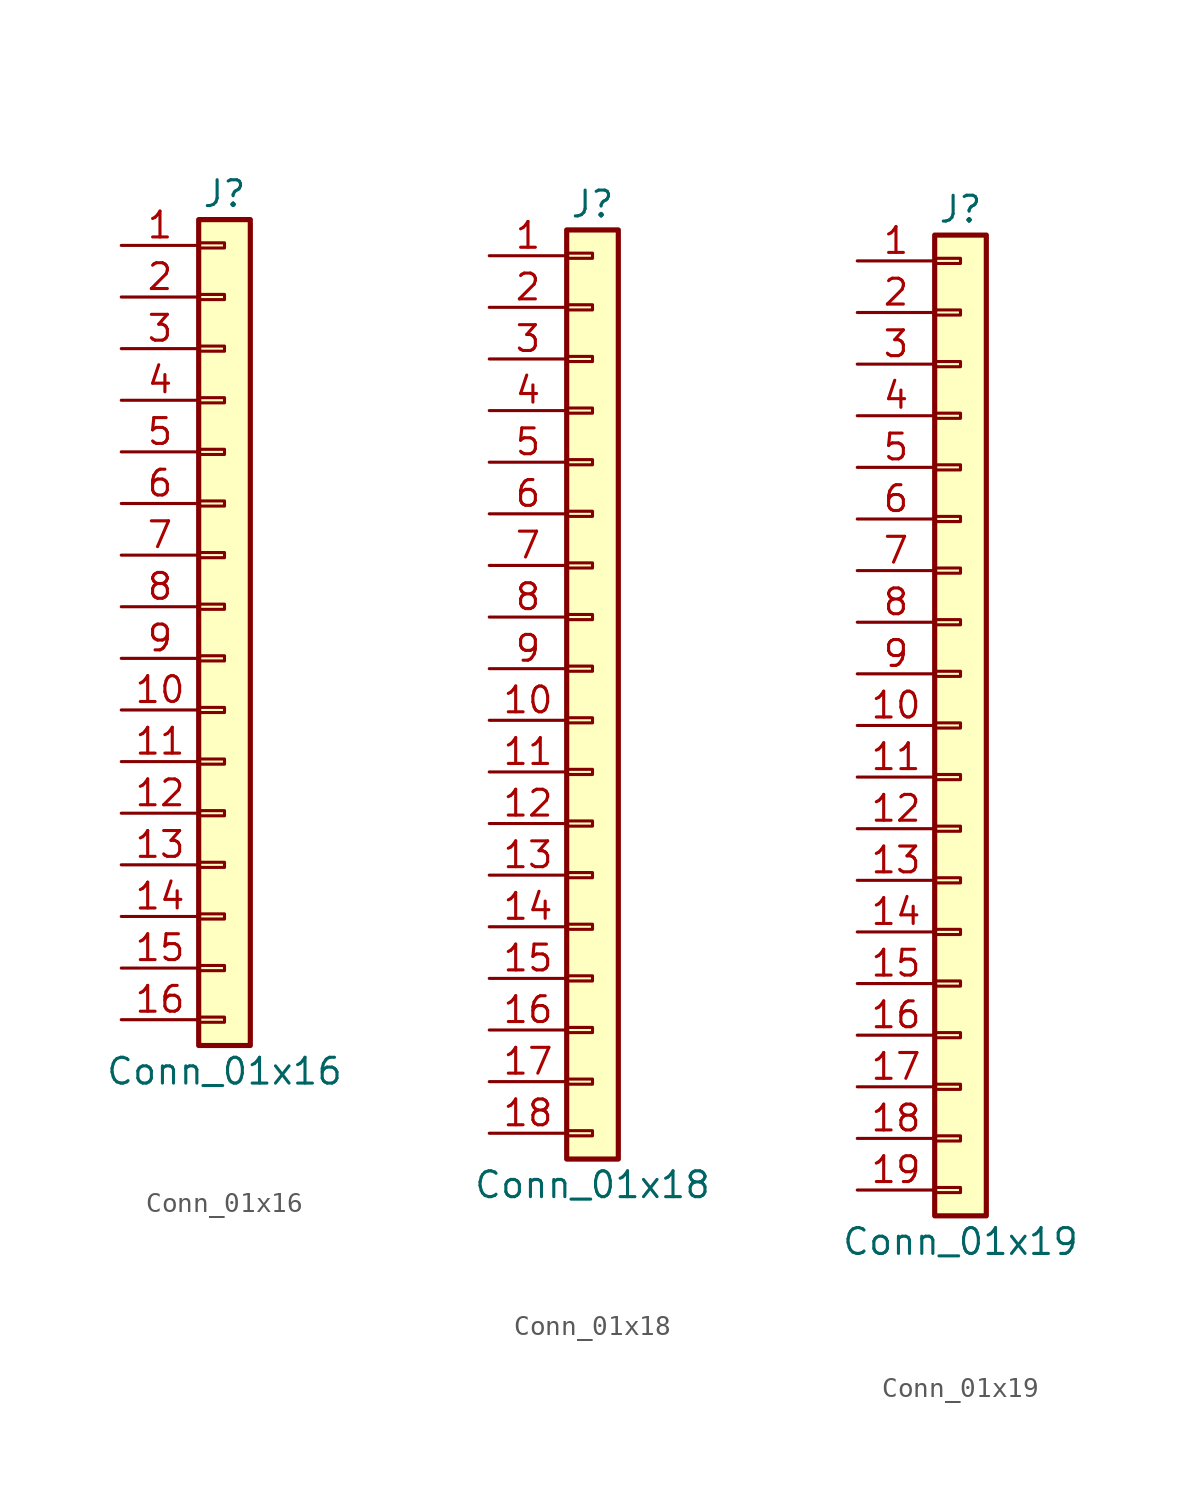
<source format=kicad_sym>
(kicad_symbol_lib
  (version 20201005)
  (generator kicad_symbol_editor)
  (symbol "Conn_01x16"
    (pin_names
      (offset 1.016) hide)
    (property "Reference" "J"
      (at 0 20.32 0)
      (effects (font (size 1.27 1.27))))
    (property "Value" "Conn_01x16"
      (at 0 -22.86 0)
      (effects (font (size 1.27 1.27))))
    (symbol "Conn_01x16_1_1"
      (rectangle (start -1.27 -20.193) (end 0 -20.447) (stroke (width 0.152)) (fill (type none)))
      (rectangle (start -1.27 -17.653) (end 0 -17.907) (stroke (width 0.152)) (fill (type none)))
      (rectangle (start -1.27 -15.113) (end 0 -15.367) (stroke (width 0.152)) (fill (type none)))
      (rectangle (start -1.27 -12.573) (end 0 -12.827) (stroke (width 0.152)) (fill (type none)))
      (rectangle (start -1.27 -10.033) (end 0 -10.287) (stroke (width 0.152)) (fill (type none)))
      (rectangle (start -1.27 -7.493) (end 0 -7.747) (stroke (width 0.152)) (fill (type none)))
      (rectangle (start -1.27 -4.953) (end 0 -5.207) (stroke (width 0.152)) (fill (type none)))
      (rectangle (start -1.27 -2.413) (end 0 -2.667) (stroke (width 0.152)) (fill (type none)))
      (rectangle (start -1.27 0.127) (end 0 -0.127) (stroke (width 0.152)) (fill (type none)))
      (rectangle (start -1.27 2.667) (end 0 2.413) (stroke (width 0.152)) (fill (type none)))
      (rectangle (start -1.27 5.207) (end 0 4.953) (stroke (width 0.152)) (fill (type none)))
      (rectangle (start -1.27 7.747) (end 0 7.493) (stroke (width 0.152)) (fill (type none)))
      (rectangle (start -1.27 10.287) (end 0 10.033) (stroke (width 0.152)) (fill (type none)))
      (rectangle (start -1.27 12.827) (end 0 12.573) (stroke (width 0.152)) (fill (type none)))
      (rectangle (start -1.27 15.367) (end 0 15.113) (stroke (width 0.152)) (fill (type none)))
      (rectangle (start -1.27 17.907) (end 0 17.653) (stroke (width 0.152)) (fill (type none)))
      (rectangle (start -1.27 19.05) (end 1.27 -21.59) (stroke (width 0.254)) (fill (type background)))
      (pin passive line (at -5.08 17.78 0) (length 3.81) (name "Pin_1" (effects (font (size 1.27 1.27)))) (number "1" (effects (font (size 1.27 1.27)))))
      (pin passive line (at -5.08 -5.08 0) (length 3.81) (name "Pin_10" (effects (font (size 1.27 1.27)))) (number "10" (effects (font (size 1.27 1.27)))))
      (pin passive line (at -5.08 -7.62 0) (length 3.81) (name "Pin_11" (effects (font (size 1.27 1.27)))) (number "11" (effects (font (size 1.27 1.27)))))
      (pin passive line (at -5.08 -10.16 0) (length 3.81) (name "Pin_12" (effects (font (size 1.27 1.27)))) (number "12" (effects (font (size 1.27 1.27)))))
      (pin passive line (at -5.08 -12.7 0) (length 3.81) (name "Pin_13" (effects (font (size 1.27 1.27)))) (number "13" (effects (font (size 1.27 1.27)))))
      (pin passive line (at -5.08 -15.24 0) (length 3.81) (name "Pin_14" (effects (font (size 1.27 1.27)))) (number "14" (effects (font (size 1.27 1.27)))))
      (pin passive line (at -5.08 -17.78 0) (length 3.81) (name "Pin_15" (effects (font (size 1.27 1.27)))) (number "15" (effects (font (size 1.27 1.27)))))
      (pin passive line (at -5.08 -20.32 0) (length 3.81) (name "Pin_16" (effects (font (size 1.27 1.27)))) (number "16" (effects (font (size 1.27 1.27)))))
      (pin passive line (at -5.08 15.24 0) (length 3.81) (name "Pin_2" (effects (font (size 1.27 1.27)))) (number "2" (effects (font (size 1.27 1.27)))))
      (pin passive line (at -5.08 12.7 0) (length 3.81) (name "Pin_3" (effects (font (size 1.27 1.27)))) (number "3" (effects (font (size 1.27 1.27)))))
      (pin passive line (at -5.08 10.16 0) (length 3.81) (name "Pin_4" (effects (font (size 1.27 1.27)))) (number "4" (effects (font (size 1.27 1.27)))))
      (pin passive line (at -5.08 7.62 0) (length 3.81) (name "Pin_5" (effects (font (size 1.27 1.27)))) (number "5" (effects (font (size 1.27 1.27)))))
      (pin passive line (at -5.08 5.08 0) (length 3.81) (name "Pin_6" (effects (font (size 1.27 1.27)))) (number "6" (effects (font (size 1.27 1.27)))))
      (pin passive line (at -5.08 2.54 0) (length 3.81) (name "Pin_7" (effects (font (size 1.27 1.27)))) (number "7" (effects (font (size 1.27 1.27)))))
      (pin passive line (at -5.08 0 0) (length 3.81) (name "Pin_8" (effects (font (size 1.27 1.27)))) (number "8" (effects (font (size 1.27 1.27)))))
      (pin passive line (at -5.08 -2.54 0) (length 3.81) (name "Pin_9" (effects (font (size 1.27 1.27)))) (number "9" (effects (font (size 1.27 1.27)))))))
  (symbol "Conn_01x18"
    (pin_names
      (offset 1.016) hide)
    (property "Reference" "J"
      (at 0 22.86 0)
      (effects (font (size 1.27 1.27))))
    (property "Value" "Conn_01x18"
      (at 0 -25.4 0)
      (effects (font (size 1.27 1.27))))
    (symbol "Conn_01x18_1_1"
      (rectangle (start -1.27 -22.733) (end 0 -22.987) (stroke (width 0.152)) (fill (type none)))
      (rectangle (start -1.27 -20.193) (end 0 -20.447) (stroke (width 0.152)) (fill (type none)))
      (rectangle (start -1.27 -17.653) (end 0 -17.907) (stroke (width 0.152)) (fill (type none)))
      (rectangle (start -1.27 -15.113) (end 0 -15.367) (stroke (width 0.152)) (fill (type none)))
      (rectangle (start -1.27 -12.573) (end 0 -12.827) (stroke (width 0.152)) (fill (type none)))
      (rectangle (start -1.27 -10.033) (end 0 -10.287) (stroke (width 0.152)) (fill (type none)))
      (rectangle (start -1.27 -7.493) (end 0 -7.747) (stroke (width 0.152)) (fill (type none)))
      (rectangle (start -1.27 -4.953) (end 0 -5.207) (stroke (width 0.152)) (fill (type none)))
      (rectangle (start -1.27 -2.413) (end 0 -2.667) (stroke (width 0.152)) (fill (type none)))
      (rectangle (start -1.27 0.127) (end 0 -0.127) (stroke (width 0.152)) (fill (type none)))
      (rectangle (start -1.27 2.667) (end 0 2.413) (stroke (width 0.152)) (fill (type none)))
      (rectangle (start -1.27 5.207) (end 0 4.953) (stroke (width 0.152)) (fill (type none)))
      (rectangle (start -1.27 7.747) (end 0 7.493) (stroke (width 0.152)) (fill (type none)))
      (rectangle (start -1.27 10.287) (end 0 10.033) (stroke (width 0.152)) (fill (type none)))
      (rectangle (start -1.27 12.827) (end 0 12.573) (stroke (width 0.152)) (fill (type none)))
      (rectangle (start -1.27 15.367) (end 0 15.113) (stroke (width 0.152)) (fill (type none)))
      (rectangle (start -1.27 17.907) (end 0 17.653) (stroke (width 0.152)) (fill (type none)))
      (rectangle (start -1.27 20.447) (end 0 20.193) (stroke (width 0.152)) (fill (type none)))
      (rectangle (start -1.27 21.59) (end 1.27 -24.13) (stroke (width 0.254)) (fill (type background)))
      (pin passive line (at -5.08 20.32 0) (length 3.81) (name "Pin_1" (effects (font (size 1.27 1.27)))) (number "1" (effects (font (size 1.27 1.27)))))
      (pin passive line (at -5.08 -2.54 0) (length 3.81) (name "Pin_10" (effects (font (size 1.27 1.27)))) (number "10" (effects (font (size 1.27 1.27)))))
      (pin passive line (at -5.08 -5.08 0) (length 3.81) (name "Pin_11" (effects (font (size 1.27 1.27)))) (number "11" (effects (font (size 1.27 1.27)))))
      (pin passive line (at -5.08 -7.62 0) (length 3.81) (name "Pin_12" (effects (font (size 1.27 1.27)))) (number "12" (effects (font (size 1.27 1.27)))))
      (pin passive line (at -5.08 -10.16 0) (length 3.81) (name "Pin_13" (effects (font (size 1.27 1.27)))) (number "13" (effects (font (size 1.27 1.27)))))
      (pin passive line (at -5.08 -12.7 0) (length 3.81) (name "Pin_14" (effects (font (size 1.27 1.27)))) (number "14" (effects (font (size 1.27 1.27)))))
      (pin passive line (at -5.08 -15.24 0) (length 3.81) (name "Pin_15" (effects (font (size 1.27 1.27)))) (number "15" (effects (font (size 1.27 1.27)))))
      (pin passive line (at -5.08 -17.78 0) (length 3.81) (name "Pin_16" (effects (font (size 1.27 1.27)))) (number "16" (effects (font (size 1.27 1.27)))))
      (pin passive line (at -5.08 -20.32 0) (length 3.81) (name "Pin_17" (effects (font (size 1.27 1.27)))) (number "17" (effects (font (size 1.27 1.27)))))
      (pin passive line (at -5.08 -22.86 0) (length 3.81) (name "Pin_18" (effects (font (size 1.27 1.27)))) (number "18" (effects (font (size 1.27 1.27)))))
      (pin passive line (at -5.08 17.78 0) (length 3.81) (name "Pin_2" (effects (font (size 1.27 1.27)))) (number "2" (effects (font (size 1.27 1.27)))))
      (pin passive line (at -5.08 15.24 0) (length 3.81) (name "Pin_3" (effects (font (size 1.27 1.27)))) (number "3" (effects (font (size 1.27 1.27)))))
      (pin passive line (at -5.08 12.7 0) (length 3.81) (name "Pin_4" (effects (font (size 1.27 1.27)))) (number "4" (effects (font (size 1.27 1.27)))))
      (pin passive line (at -5.08 10.16 0) (length 3.81) (name "Pin_5" (effects (font (size 1.27 1.27)))) (number "5" (effects (font (size 1.27 1.27)))))
      (pin passive line (at -5.08 7.62 0) (length 3.81) (name "Pin_6" (effects (font (size 1.27 1.27)))) (number "6" (effects (font (size 1.27 1.27)))))
      (pin passive line (at -5.08 5.08 0) (length 3.81) (name "Pin_7" (effects (font (size 1.27 1.27)))) (number "7" (effects (font (size 1.27 1.27)))))
      (pin passive line (at -5.08 2.54 0) (length 3.81) (name "Pin_8" (effects (font (size 1.27 1.27)))) (number "8" (effects (font (size 1.27 1.27)))))
      (pin passive line (at -5.08 0 0) (length 3.81) (name "Pin_9" (effects (font (size 1.27 1.27)))) (number "9" (effects (font (size 1.27 1.27)))))))
  (symbol "Conn_01x19"
    (pin_names
      (offset 1.016) hide)
    (property "Reference" "J"
      (at 0 25.4 0)
      (effects (font (size 1.27 1.27))))
    (property "Value" "Conn_01x19"
      (at 0 -25.4 0)
      (effects (font (size 1.27 1.27))))
    (symbol "Conn_01x19_1_1"
      (rectangle (start -1.27 -22.733) (end 0 -22.987) (stroke (width 0.152)) (fill (type none)))
      (rectangle (start -1.27 -20.193) (end 0 -20.447) (stroke (width 0.152)) (fill (type none)))
      (rectangle (start -1.27 -17.653) (end 0 -17.907) (stroke (width 0.152)) (fill (type none)))
      (rectangle (start -1.27 -15.113) (end 0 -15.367) (stroke (width 0.152)) (fill (type none)))
      (rectangle (start -1.27 -12.573) (end 0 -12.827) (stroke (width 0.152)) (fill (type none)))
      (rectangle (start -1.27 -10.033) (end 0 -10.287) (stroke (width 0.152)) (fill (type none)))
      (rectangle (start -1.27 -7.493) (end 0 -7.747) (stroke (width 0.152)) (fill (type none)))
      (rectangle (start -1.27 -4.953) (end 0 -5.207) (stroke (width 0.152)) (fill (type none)))
      (rectangle (start -1.27 -2.413) (end 0 -2.667) (stroke (width 0.152)) (fill (type none)))
      (rectangle (start -1.27 0.127) (end 0 -0.127) (stroke (width 0.152)) (fill (type none)))
      (rectangle (start -1.27 2.667) (end 0 2.413) (stroke (width 0.152)) (fill (type none)))
      (rectangle (start -1.27 5.207) (end 0 4.953) (stroke (width 0.152)) (fill (type none)))
      (rectangle (start -1.27 7.747) (end 0 7.493) (stroke (width 0.152)) (fill (type none)))
      (rectangle (start -1.27 10.287) (end 0 10.033) (stroke (width 0.152)) (fill (type none)))
      (rectangle (start -1.27 12.827) (end 0 12.573) (stroke (width 0.152)) (fill (type none)))
      (rectangle (start -1.27 15.367) (end 0 15.113) (stroke (width 0.152)) (fill (type none)))
      (rectangle (start -1.27 17.907) (end 0 17.653) (stroke (width 0.152)) (fill (type none)))
      (rectangle (start -1.27 20.447) (end 0 20.193) (stroke (width 0.152)) (fill (type none)))
      (rectangle (start -1.27 22.987) (end 0 22.733) (stroke (width 0.152)) (fill (type none)))
      (rectangle (start -1.27 24.13) (end 1.27 -24.13) (stroke (width 0.254)) (fill (type background)))
      (pin passive line (at -5.08 22.86 0) (length 3.81) (name "Pin_1" (effects (font (size 1.27 1.27)))) (number "1" (effects (font (size 1.27 1.27)))))
      (pin passive line (at -5.08 0 0) (length 3.81) (name "Pin_10" (effects (font (size 1.27 1.27)))) (number "10" (effects (font (size 1.27 1.27)))))
      (pin passive line (at -5.08 -2.54 0) (length 3.81) (name "Pin_11" (effects (font (size 1.27 1.27)))) (number "11" (effects (font (size 1.27 1.27)))))
      (pin passive line (at -5.08 -5.08 0) (length 3.81) (name "Pin_12" (effects (font (size 1.27 1.27)))) (number "12" (effects (font (size 1.27 1.27)))))
      (pin passive line (at -5.08 -7.62 0) (length 3.81) (name "Pin_13" (effects (font (size 1.27 1.27)))) (number "13" (effects (font (size 1.27 1.27)))))
      (pin passive line (at -5.08 -10.16 0) (length 3.81) (name "Pin_14" (effects (font (size 1.27 1.27)))) (number "14" (effects (font (size 1.27 1.27)))))
      (pin passive line (at -5.08 -12.7 0) (length 3.81) (name "Pin_15" (effects (font (size 1.27 1.27)))) (number "15" (effects (font (size 1.27 1.27)))))
      (pin passive line (at -5.08 -15.24 0) (length 3.81) (name "Pin_16" (effects (font (size 1.27 1.27)))) (number "16" (effects (font (size 1.27 1.27)))))
      (pin passive line (at -5.08 -17.78 0) (length 3.81) (name "Pin_17" (effects (font (size 1.27 1.27)))) (number "17" (effects (font (size 1.27 1.27)))))
      (pin passive line (at -5.08 -20.32 0) (length 3.81) (name "Pin_18" (effects (font (size 1.27 1.27)))) (number "18" (effects (font (size 1.27 1.27)))))
      (pin passive line (at -5.08 -22.86 0) (length 3.81) (name "Pin_19" (effects (font (size 1.27 1.27)))) (number "19" (effects (font (size 1.27 1.27)))))
      (pin passive line (at -5.08 20.32 0) (length 3.81) (name "Pin_2" (effects (font (size 1.27 1.27)))) (number "2" (effects (font (size 1.27 1.27)))))
      (pin passive line (at -5.08 17.78 0) (length 3.81) (name "Pin_3" (effects (font (size 1.27 1.27)))) (number "3" (effects (font (size 1.27 1.27)))))
      (pin passive line (at -5.08 15.24 0) (length 3.81) (name "Pin_4" (effects (font (size 1.27 1.27)))) (number "4" (effects (font (size 1.27 1.27)))))
      (pin passive line (at -5.08 12.7 0) (length 3.81) (name "Pin_5" (effects (font (size 1.27 1.27)))) (number "5" (effects (font (size 1.27 1.27)))))
      (pin passive line (at -5.08 10.16 0) (length 3.81) (name "Pin_6" (effects (font (size 1.27 1.27)))) (number "6" (effects (font (size 1.27 1.27)))))
      (pin passive line (at -5.08 7.62 0) (length 3.81) (name "Pin_7" (effects (font (size 1.27 1.27)))) (number "7" (effects (font (size 1.27 1.27)))))
      (pin passive line (at -5.08 5.08 0) (length 3.81) (name "Pin_8" (effects (font (size 1.27 1.27)))) (number "8" (effects (font (size 1.27 1.27)))))
      (pin passive line (at -5.08 2.54 0) (length 3.81) (name "Pin_9" (effects (font (size 1.27 1.27)))) (number "9" (effects (font (size 1.27 1.27))))))))
</source>
